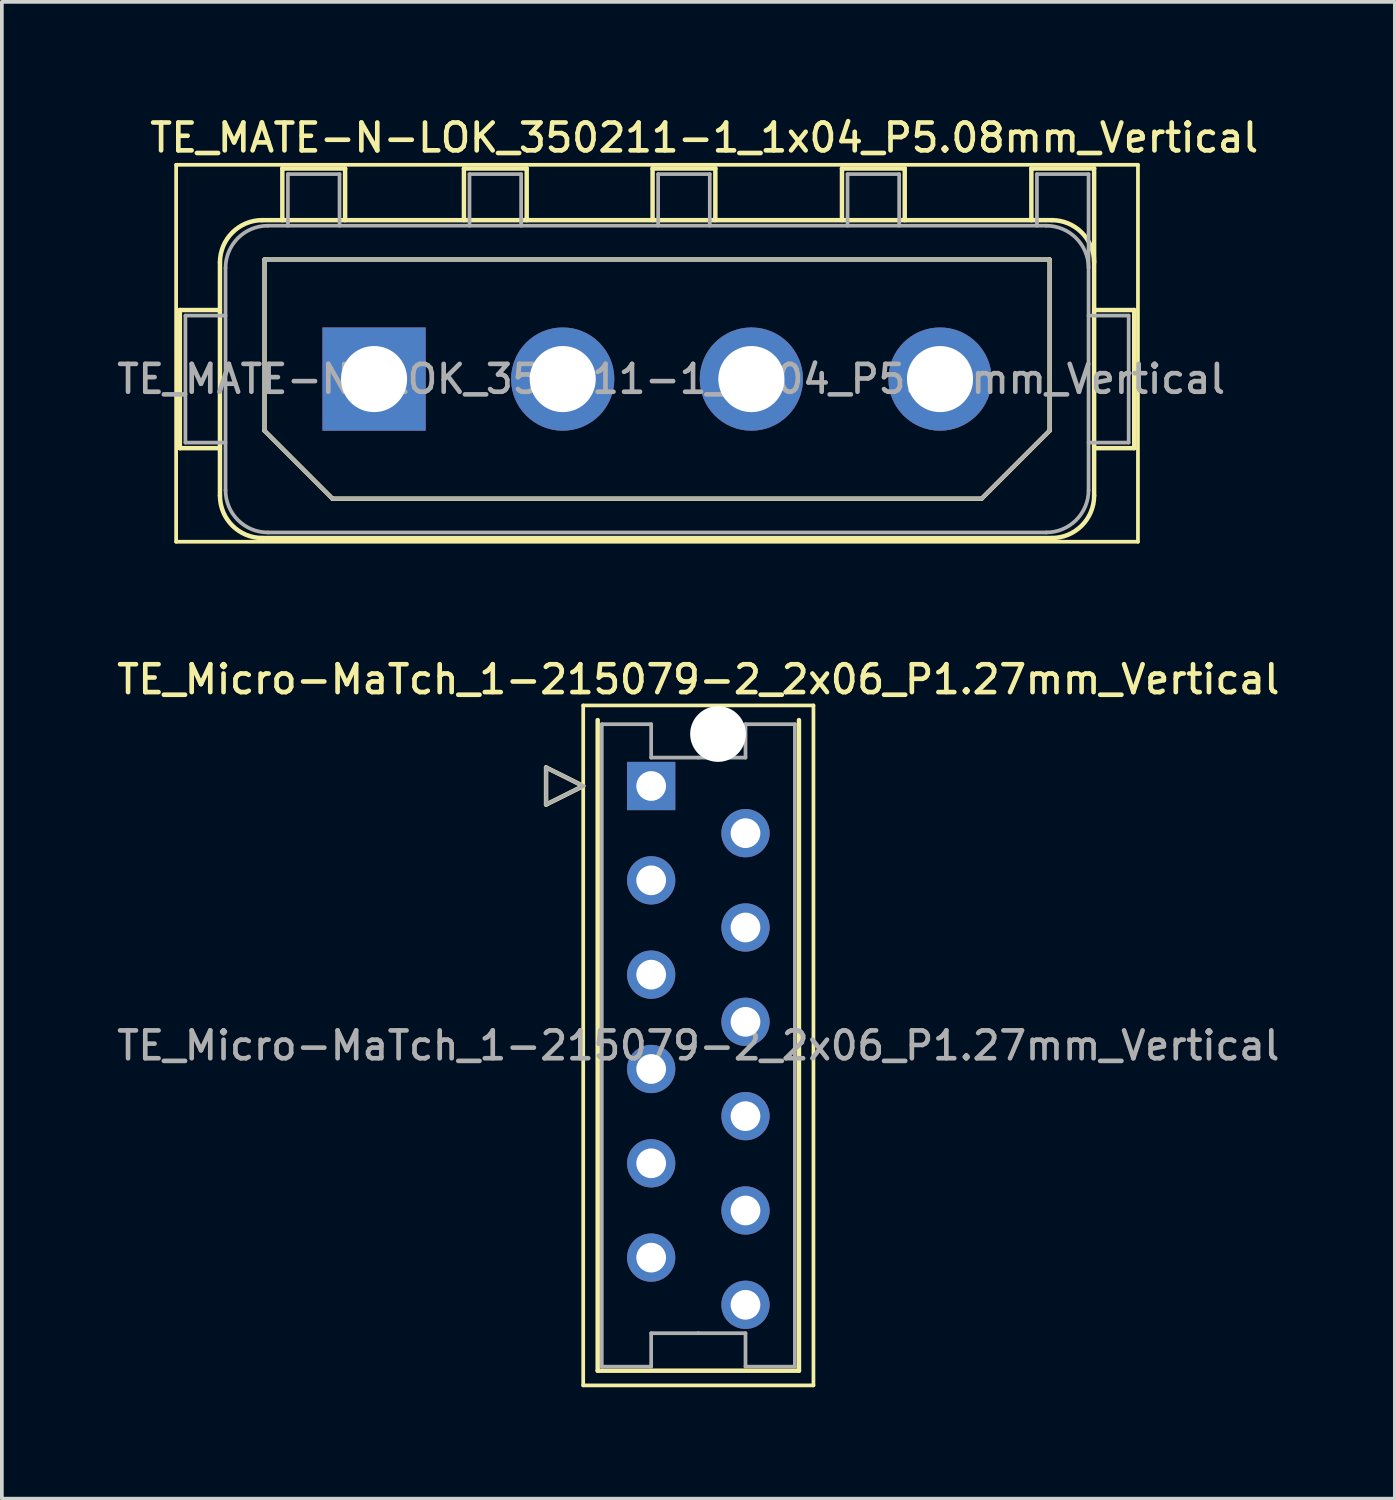
<source format=kicad_pcb>
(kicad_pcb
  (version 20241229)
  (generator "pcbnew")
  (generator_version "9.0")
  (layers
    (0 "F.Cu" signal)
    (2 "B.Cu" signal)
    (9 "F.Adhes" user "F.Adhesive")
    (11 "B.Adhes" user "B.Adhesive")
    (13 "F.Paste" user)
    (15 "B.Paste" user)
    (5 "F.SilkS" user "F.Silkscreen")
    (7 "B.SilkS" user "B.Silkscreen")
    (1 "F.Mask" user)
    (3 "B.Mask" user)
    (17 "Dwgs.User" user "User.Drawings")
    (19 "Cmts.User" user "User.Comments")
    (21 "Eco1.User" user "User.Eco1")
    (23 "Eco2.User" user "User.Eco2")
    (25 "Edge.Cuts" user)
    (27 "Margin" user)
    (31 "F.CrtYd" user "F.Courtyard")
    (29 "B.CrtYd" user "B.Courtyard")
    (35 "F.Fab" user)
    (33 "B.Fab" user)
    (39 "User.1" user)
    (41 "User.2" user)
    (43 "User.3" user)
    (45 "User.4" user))
  (footprint "TE_MATE-N-LOK_350211-1_1x04_P5.08mm_Vertical"
    (layer "F.Cu")
    (at 7.023 7.158)
    (property "Reference" "TE_MATE-N-LOK_350211-1_1x04_P5.08mm_Vertical" (at 8.89 -6.5 0) (layer "F.SilkS") (effects (font (size 0.75 0.75) (thickness 0.125))))
    (attr through_hole)
    (fp_line (start -5.33 -5.77) (end -5.33 4.38) (stroke (width 0.1) (type solid)) (layer "F.SilkS"))
    (fp_line (start -5.33 4.38) (end 20.57 4.38) (stroke (width 0.1) (type solid)) (layer "F.SilkS"))
    (fp_line (start -5.23 -1.86) (end -4.15 -1.86) (stroke (width 0.12) (type solid)) (layer "F.SilkS"))
    (fp_line (start -5.23 1.86) (end -5.23 -1.86) (stroke (width 0.12) (type solid)) (layer "F.SilkS"))
    (fp_line (start -4.15 -3.14) (end -4.15 3.14) (stroke (width 0.12) (type solid)) (layer "F.SilkS"))
    (fp_line (start -4.15 1.86) (end -5.23 1.86) (stroke (width 0.12) (type solid)) (layer "F.SilkS"))
    (fp_line (start -3.01 4.28) (end 18.25 4.28) (stroke (width 0.12) (type solid)) (layer "F.SilkS"))
    (fp_line (start -2.95 -3.22) (end 18.19 -3.22) (stroke (width 0.12) (type solid)) (layer "F.SilkS"))
    (fp_line (start -2.95 1.39) (end -2.95 -3.22) (stroke (width 0.12) (type solid)) (layer "F.SilkS"))
    (fp_line (start -2.47 -5.67) (end -0.78 -5.67) (stroke (width 0.12) (type solid)) (layer "F.SilkS"))
    (fp_line (start -2.47 -4.28) (end -2.47 -5.67) (stroke (width 0.12) (type solid)) (layer "F.SilkS"))
    (fp_line (start -1.12 3.22) (end -2.95 1.39) (stroke (width 0.12) (type solid)) (layer "F.SilkS"))
    (fp_line (start -0.78 -5.67) (end -0.78 -4.28) (stroke (width 0.12) (type solid)) (layer "F.SilkS"))
    (fp_line (start 2.42 -5.67) (end 4.11 -5.67) (stroke (width 0.12) (type solid)) (layer "F.SilkS"))
    (fp_line (start 2.42 -4.28) (end 2.42 -5.67) (stroke (width 0.12) (type solid)) (layer "F.SilkS"))
    (fp_line (start 4.11 -5.67) (end 4.11 -4.28) (stroke (width 0.12) (type solid)) (layer "F.SilkS"))
    (fp_line (start 7.5 -5.67) (end 9.19 -5.67) (stroke (width 0.12) (type solid)) (layer "F.SilkS"))
    (fp_line (start 7.5 -4.28) (end 7.5 -5.67) (stroke (width 0.12) (type solid)) (layer "F.SilkS"))
    (fp_line (start 9.19 -5.67) (end 9.19 -4.28) (stroke (width 0.12) (type solid)) (layer "F.SilkS"))
    (fp_line (start 12.6 -5.67) (end 14.29 -5.67) (stroke (width 0.12) (type solid)) (layer "F.SilkS"))
    (fp_line (start 12.6 -4.28) (end 12.6 -5.67) (stroke (width 0.12) (type solid)) (layer "F.SilkS"))
    (fp_line (start 14.29 -5.67) (end 14.29 -4.28) (stroke (width 0.12) (type solid)) (layer "F.SilkS"))
    (fp_line (start 16.36 3.22) (end -1.12 3.22) (stroke (width 0.12) (type solid)) (layer "F.SilkS"))
    (fp_line (start 17.7 -5.67) (end 19.39 -5.67) (stroke (width 0.12) (type solid)) (layer "F.SilkS"))
    (fp_line (start 17.7 -4.28) (end 17.7 -5.67) (stroke (width 0.12) (type solid)) (layer "F.SilkS"))
    (fp_line (start 18.19 -3.22) (end 18.19 1.39) (stroke (width 0.12) (type solid)) (layer "F.SilkS"))
    (fp_line (start 18.19 1.39) (end 16.36 3.22) (stroke (width 0.12) (type solid)) (layer "F.SilkS"))
    (fp_line (start 18.25 -4.28) (end -3.01 -4.28) (stroke (width 0.12) (type solid)) (layer "F.SilkS"))
    (fp_line (start 19.39 1.86) (end 20.47 1.86) (stroke (width 0.12) (type solid)) (layer "F.SilkS"))
    (fp_line (start 19.39 3.14) (end 19.39 -5.67) (stroke (width 0.12) (type solid)) (layer "F.SilkS"))
    (fp_line (start 20.47 -1.86) (end 19.39 -1.86) (stroke (width 0.12) (type solid)) (layer "F.SilkS"))
    (fp_line (start 20.47 1.86) (end 20.47 -1.86) (stroke (width 0.12) (type solid)) (layer "F.SilkS"))
    (fp_line (start 20.57 -5.77) (end -5.33 -5.77) (stroke (width 0.1) (type solid)) (layer "F.SilkS"))
    (fp_line (start 20.57 4.38) (end 20.57 -5.77) (stroke (width 0.1) (type solid)) (layer "F.SilkS"))
    (fp_arc (start -4.15 -3.14) (mid -3.816102 -3.946102) (end -3.01 -4.28) (stroke (width 0.12) (type solid)) (layer "F.SilkS"))
    (fp_arc (start -3.01 4.28) (mid -3.816102 3.946102) (end -4.15 3.14) (stroke (width 0.12) (type solid)) (layer "F.SilkS"))
    (fp_arc (start 18.25 -4.28) (mid 19.056102 -3.946102) (end 19.39 -3.14) (stroke (width 0.12) (type solid)) (layer "F.SilkS"))
    (fp_arc (start 19.39 3.14) (mid 19.056102 3.946102) (end 18.25 4.28) (stroke (width 0.12) (type solid)) (layer "F.SilkS"))
    (fp_line (start -5.08 -1.71) (end -4 -1.71) (stroke (width 0.1) (type solid)) (layer "F.Fab"))
    (fp_line (start -5.08 1.71) (end -5.08 -1.71) (stroke (width 0.1) (type solid)) (layer "F.Fab"))
    (fp_line (start -4 -2.99) (end -4 2.99) (stroke (width 0.1) (type solid)) (layer "F.Fab"))
    (fp_line (start -4 1.71) (end -5.08 1.71) (stroke (width 0.1) (type solid)) (layer "F.Fab"))
    (fp_line (start -2.95 -3.22) (end 18.19 -3.22) (stroke (width 0.1) (type solid)) (layer "F.Fab"))
    (fp_line (start -2.95 1.39) (end -2.95 -3.22) (stroke (width 0.1) (type solid)) (layer "F.Fab"))
    (fp_line (start -2.86 4.13) (end 18.1 4.13) (stroke (width 0.1) (type solid)) (layer "F.Fab"))
    (fp_line (start -2.32 -5.52) (end -0.93 -5.52) (stroke (width 0.1) (type solid)) (layer "F.Fab"))
    (fp_line (start -2.32 -4.13) (end -2.32 -5.52) (stroke (width 0.1) (type solid)) (layer "F.Fab"))
    (fp_line (start -1.12 3.22) (end -2.95 1.39) (stroke (width 0.1) (type solid)) (layer "F.Fab"))
    (fp_line (start -0.93 -5.52) (end -0.93 -4.13) (stroke (width 0.1) (type solid)) (layer "F.Fab"))
    (fp_line (start 2.57 -5.52) (end 3.96 -5.52) (stroke (width 0.1) (type solid)) (layer "F.Fab"))
    (fp_line (start 2.57 -4.13) (end 2.57 -5.52) (stroke (width 0.1) (type solid)) (layer "F.Fab"))
    (fp_line (start 3.96 -5.52) (end 3.96 -4.13) (stroke (width 0.1) (type solid)) (layer "F.Fab"))
    (fp_line (start 7.65 -5.52) (end 9.04 -5.52) (stroke (width 0.1) (type solid)) (layer "F.Fab"))
    (fp_line (start 7.65 -4.13) (end 7.65 -5.52) (stroke (width 0.1) (type solid)) (layer "F.Fab"))
    (fp_line (start 9.04 -5.52) (end 9.04 -4.13) (stroke (width 0.1) (type solid)) (layer "F.Fab"))
    (fp_line (start 12.75 -5.52) (end 14.14 -5.52) (stroke (width 0.1) (type solid)) (layer "F.Fab"))
    (fp_line (start 12.75 -4.13) (end 12.75 -5.52) (stroke (width 0.1) (type solid)) (layer "F.Fab"))
    (fp_line (start 14.14 -5.52) (end 14.14 -4.13) (stroke (width 0.1) (type solid)) (layer "F.Fab"))
    (fp_line (start 16.36 3.22) (end -1.12 3.22) (stroke (width 0.1) (type solid)) (layer "F.Fab"))
    (fp_line (start 17.85 -5.52) (end 19.24 -5.52) (stroke (width 0.1) (type solid)) (layer "F.Fab"))
    (fp_line (start 17.85 -4.13) (end 17.85 -5.52) (stroke (width 0.1) (type solid)) (layer "F.Fab"))
    (fp_line (start 18.1 -4.13) (end -2.86 -4.13) (stroke (width 0.1) (type solid)) (layer "F.Fab"))
    (fp_line (start 18.19 -3.22) (end 18.19 1.39) (stroke (width 0.1) (type solid)) (layer "F.Fab"))
    (fp_line (start 18.19 1.39) (end 16.36 3.22) (stroke (width 0.1) (type solid)) (layer "F.Fab"))
    (fp_line (start 19.24 1.71) (end 20.32 1.71) (stroke (width 0.1) (type solid)) (layer "F.Fab"))
    (fp_line (start 19.24 2.99) (end 19.24 -5.52) (stroke (width 0.1) (type solid)) (layer "F.Fab"))
    (fp_line (start 20.32 -1.71) (end 19.24 -1.71) (stroke (width 0.1) (type solid)) (layer "F.Fab"))
    (fp_line (start 20.32 1.71) (end 20.32 -1.71) (stroke (width 0.1) (type solid)) (layer "F.Fab"))
    (fp_arc (start -4 -2.99) (mid -3.666102 -3.796102) (end -2.86 -4.13) (stroke (width 0.1) (type solid)) (layer "F.Fab"))
    (fp_arc (start -2.86 4.13) (mid -3.666102 3.796102) (end -4 2.99) (stroke (width 0.1) (type solid)) (layer "F.Fab"))
    (fp_arc (start 18.1 -4.13) (mid 18.906102 -3.796102) (end 19.24 -2.99) (stroke (width 0.1) (type solid)) (layer "F.Fab"))
    (fp_arc (start 19.24 2.99) (mid 18.906102 3.796102) (end 18.1 4.13) (stroke (width 0.1) (type solid)) (layer "F.Fab"))
    (fp_text user "${REFERENCE}" (at 8 0 0) (layer "F.Fab") (effects (font (size 0.75 0.75) (thickness 0.125))))
    (pad "1" thru_hole rect (at 0 0) (size 2.78 2.78) (drill 1.78) (layers "*.Cu" "*.Mask"))
    (pad "2" thru_hole circle (at 5.08 0) (size 2.78 2.78) (drill 1.78) (layers "*.Cu" "*.Mask"))
    (pad "3" thru_hole circle (at 10.16 0) (size 2.78 2.78) (drill 1.78) (layers "*.Cu" "*.Mask"))
    (pad "4" thru_hole circle (at 15.24 0) (size 2.78 2.78) (drill 1.78) (layers "*.Cu" "*.Mask")))
  (footprint "TE_Micro-MaTch_1-215079-2_2x06_P1.27mm_Vertical"
    (layer "F.Cu")
    (at 14.485 18.116)
    (property "Reference" "TE_Micro-MaTch_1-215079-2_2x06_P1.27mm_Vertical" (at 1.27 -2.87 0) (layer "F.SilkS") (effects (font (size 0.75 0.75) (thickness 0.125))))
    (attr through_hole)
    (fp_line (start -2.83 -0.5) (end -1.83 0) (stroke (width 0.12) (type solid)) (layer "F.SilkS"))
    (fp_line (start -2.83 0.5) (end -2.83 -0.5) (stroke (width 0.12) (type solid)) (layer "F.SilkS"))
    (fp_line (start -1.83 -2.17) (end -1.83 16.14) (stroke (width 0.1) (type solid)) (layer "F.SilkS"))
    (fp_line (start -1.83 0) (end -2.83 0.5) (stroke (width 0.12) (type solid)) (layer "F.SilkS"))
    (fp_line (start -1.83 16.14) (end 4.37 16.14) (stroke (width 0.1) (type solid)) (layer "F.SilkS"))
    (fp_line (start -1.44 -1.775) (end -1.44 15.745) (stroke (width 0.12) (type solid)) (layer "F.SilkS"))
    (fp_line (start -1.44 15.745) (end 3.98 15.745) (stroke (width 0.12) (type solid)) (layer "F.SilkS"))
    (fp_line (start 3.98 15.745) (end 3.98 -1.775) (stroke (width 0.12) (type solid)) (layer "F.SilkS"))
    (fp_line (start 4.37 -2.17) (end -1.83 -2.17) (stroke (width 0.1) (type solid)) (layer "F.SilkS"))
    (fp_line (start 4.37 16.14) (end 4.37 -2.17) (stroke (width 0.1) (type solid)) (layer "F.SilkS"))
    (fp_line (start -2.83 -0.5) (end -1.83 0) (stroke (width 0.1) (type solid)) (layer "F.Fab"))
    (fp_line (start -2.83 0.5) (end -2.83 -0.5) (stroke (width 0.1) (type solid)) (layer "F.Fab"))
    (fp_line (start -1.83 0) (end -2.83 0.5) (stroke (width 0.1) (type solid)) (layer "F.Fab"))
    (fp_line (start -1.33 -1.665) (end -1.33 6.985) (stroke (width 0.1) (type solid)) (layer "F.Fab"))
    (fp_line (start -1.33 15.635) (end -1.33 6.985) (stroke (width 0.1) (type solid)) (layer "F.Fab"))
    (fp_line (start 0 -1.665) (end -1.33 -1.665) (stroke (width 0.1) (type solid)) (layer "F.Fab"))
    (fp_line (start 0 -0.765) (end 0 -1.665) (stroke (width 0.1) (type solid)) (layer "F.Fab"))
    (fp_line (start 0 14.735) (end 0 15.635) (stroke (width 0.1) (type solid)) (layer "F.Fab"))
    (fp_line (start 0 15.635) (end -1.33 15.635) (stroke (width 0.1) (type solid)) (layer "F.Fab"))
    (fp_line (start 1.27 -0.765) (end 0 -0.765) (stroke (width 0.1) (type solid)) (layer "F.Fab"))
    (fp_line (start 1.27 -0.765) (end 2.54 -0.765) (stroke (width 0.1) (type solid)) (layer "F.Fab"))
    (fp_line (start 1.27 14.735) (end 0 14.735) (stroke (width 0.1) (type solid)) (layer "F.Fab"))
    (fp_line (start 1.27 14.735) (end 2.54 14.735) (stroke (width 0.1) (type solid)) (layer "F.Fab"))
    (fp_line (start 2.54 -1.665) (end 3.87 -1.665) (stroke (width 0.1) (type solid)) (layer "F.Fab"))
    (fp_line (start 2.54 -0.765) (end 2.54 -1.665) (stroke (width 0.1) (type solid)) (layer "F.Fab"))
    (fp_line (start 2.54 14.735) (end 2.54 15.635) (stroke (width 0.1) (type solid)) (layer "F.Fab"))
    (fp_line (start 2.54 15.635) (end 3.87 15.635) (stroke (width 0.1) (type solid)) (layer "F.Fab"))
    (fp_line (start 3.87 -1.665) (end 3.87 6.985) (stroke (width 0.1) (type solid)) (layer "F.Fab"))
    (fp_line (start 3.87 15.635) (end 3.87 6.985) (stroke (width 0.1) (type solid)) (layer "F.Fab"))
    (fp_text user "${REFERENCE}" (at 1.27 6.99 0) (layer "F.Fab") (effects (font (size 0.75 0.75) (thickness 0.125))))
    (pad "" np_thru_hole circle (at 1.8 -1.4) (size 1.5 1.5) (drill 1.5) (layers "*.Cu" "*.Mask"))
    (pad "1" thru_hole rect (at 0 0) (size 1.3 1.3) (drill 0.8) (layers "*.Cu" "*.Mask"))
    (pad "2" thru_hole circle (at 2.54 1.27) (size 1.3 1.3) (drill 0.8) (layers "*.Cu" "*.Mask"))
    (pad "3" thru_hole circle (at 0 2.54) (size 1.3 1.3) (drill 0.8) (layers "*.Cu" "*.Mask"))
    (pad "4" thru_hole circle (at 2.54 3.81) (size 1.3 1.3) (drill 0.8) (layers "*.Cu" "*.Mask"))
    (pad "5" thru_hole circle (at 0 5.08) (size 1.3 1.3) (drill 0.8) (layers "*.Cu" "*.Mask"))
    (pad "6" thru_hole circle (at 2.54 6.35) (size 1.3 1.3) (drill 0.8) (layers "*.Cu" "*.Mask"))
    (pad "7" thru_hole circle (at 0 7.62) (size 1.3 1.3) (drill 0.8) (layers "*.Cu" "*.Mask"))
    (pad "8" thru_hole circle (at 2.54 8.89) (size 1.3 1.3) (drill 0.8) (layers "*.Cu" "*.Mask"))
    (pad "9" thru_hole circle (at 0 10.16) (size 1.3 1.3) (drill 0.8) (layers "*.Cu" "*.Mask"))
    (pad "10" thru_hole circle (at 2.54 11.43) (size 1.3 1.3) (drill 0.8) (layers "*.Cu" "*.Mask"))
    (pad "11" thru_hole circle (at 0 12.7) (size 1.3 1.3) (drill 0.8) (layers "*.Cu" "*.Mask"))
    (pad "12" thru_hole circle (at 2.54 13.97) (size 1.3 1.3) (drill 0.8) (layers "*.Cu" "*.Mask")))
  (gr_rect
    (start -3 -3)
    (end 34.511 37.306)
    (stroke (width 0.1) (type default))
    (fill no)
    (layer "Edge.Cuts")))
</source>
